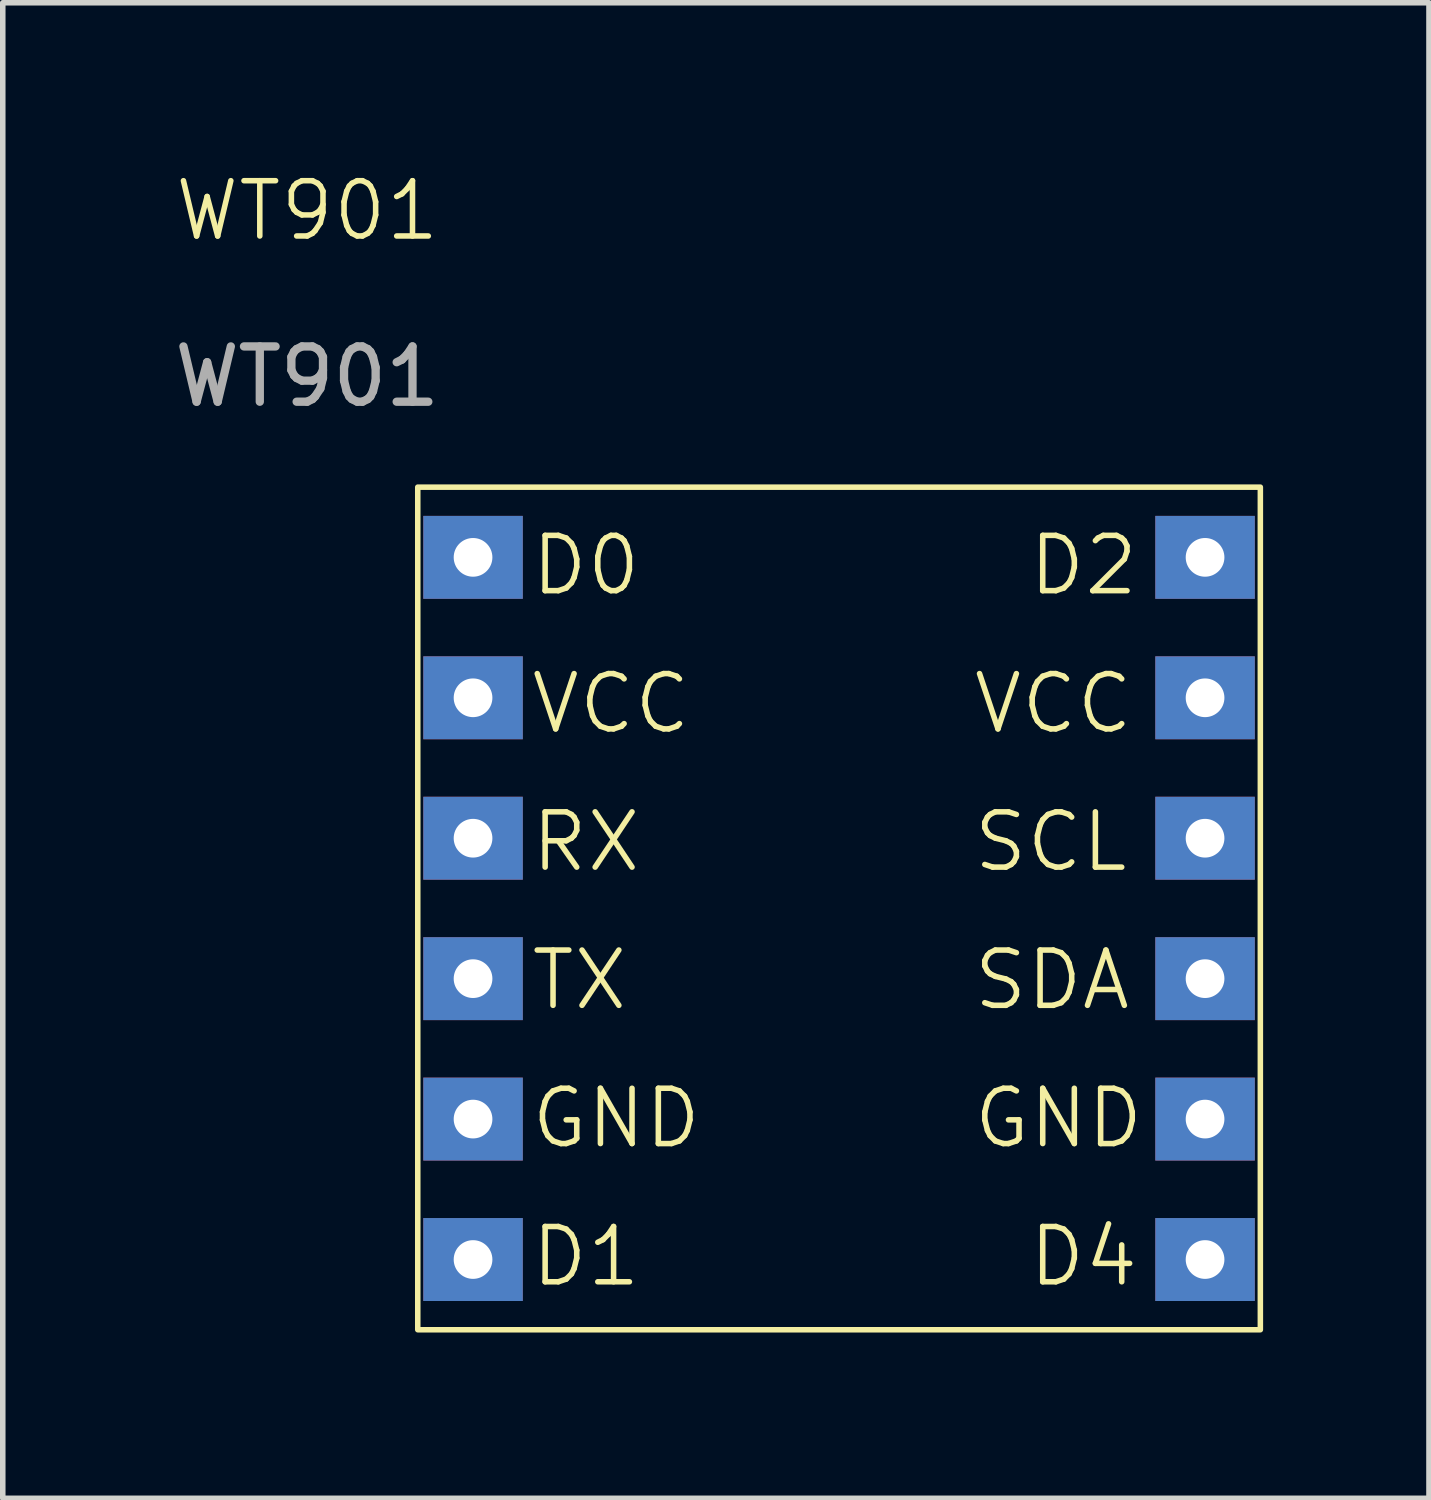
<source format=kicad_pcb>
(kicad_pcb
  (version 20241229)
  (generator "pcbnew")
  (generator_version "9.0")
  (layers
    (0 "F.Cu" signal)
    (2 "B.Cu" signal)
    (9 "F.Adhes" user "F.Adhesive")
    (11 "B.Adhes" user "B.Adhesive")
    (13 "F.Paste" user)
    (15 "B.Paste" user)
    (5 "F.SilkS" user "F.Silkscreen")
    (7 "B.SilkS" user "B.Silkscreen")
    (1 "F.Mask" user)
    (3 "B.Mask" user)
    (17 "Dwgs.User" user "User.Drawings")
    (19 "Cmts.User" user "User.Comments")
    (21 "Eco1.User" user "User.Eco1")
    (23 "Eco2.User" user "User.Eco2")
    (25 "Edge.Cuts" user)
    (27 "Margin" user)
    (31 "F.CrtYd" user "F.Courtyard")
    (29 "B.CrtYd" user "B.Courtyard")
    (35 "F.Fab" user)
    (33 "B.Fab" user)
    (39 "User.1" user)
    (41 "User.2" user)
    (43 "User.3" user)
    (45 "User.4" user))
  (footprint "WT901"
    (layer "F.Cu")
    (at 4.506 5.761)
    (property "Reference" "WT901" (at -2 -5 0) (unlocked yes) (layer "F.SilkS") (effects (font (size 1 1) (thickness 0.1))))
    (attr smd)
    (fp_rect (start 0 0) (end 15.24 15.24) (stroke (width 0.1) (type default)) (fill no) (layer "F.SilkS"))
    (fp_text user "VCC" (at 10 4.5 0) (unlocked yes) (layer "F.SilkS") (effects (font (size 1 1) (thickness 0.1)) (justify left bottom)))
    (fp_text user "SCL" (at 10 7 0) (unlocked yes) (layer "F.SilkS") (effects (font (size 1 1) (thickness 0.1)) (justify left bottom)))
    (fp_text user "GND" (at 2 12 0) (unlocked yes) (layer "F.SilkS") (effects (font (size 1 1) (thickness 0.1)) (justify left bottom)))
    (fp_text user "TX" (at 2 9.5 0) (unlocked yes) (layer "F.SilkS") (effects (font (size 1 1) (thickness 0.1)) (justify left bottom)))
    (fp_text user "D0" (at 2 2 0) (unlocked yes) (layer "F.SilkS") (effects (font (size 1 1) (thickness 0.1)) (justify left bottom)))
    (fp_text user "D4" (at 11 14.5 0) (unlocked yes) (layer "F.SilkS") (effects (font (size 1 1) (thickness 0.1)) (justify left bottom)))
    (fp_text user "VCC" (at 2 4.5 0) (unlocked yes) (layer "F.SilkS") (effects (font (size 1 1) (thickness 0.1)) (justify left bottom)))
    (fp_text user "RX" (at 2 7 0) (unlocked yes) (layer "F.SilkS") (effects (font (size 1 1) (thickness 0.1)) (justify left bottom)))
    (fp_text user "D1" (at 2 14.5 0) (unlocked yes) (layer "F.SilkS") (effects (font (size 1 1) (thickness 0.1)) (justify left bottom)))
    (fp_text user "SDA" (at 10 9.5 0) (unlocked yes) (layer "F.SilkS") (effects (font (size 1 1) (thickness 0.1)) (justify left bottom)))
    (fp_text user "D2" (at 11 2 0) (unlocked yes) (layer "F.SilkS") (effects (font (size 1 1) (thickness 0.1)) (justify left bottom)))
    (fp_text user "GND" (at 10 12 0) (unlocked yes) (layer "F.SilkS") (effects (font (size 1 1) (thickness 0.1)) (justify left bottom)))
    (fp_text user "${REFERENCE}" (at -2 -2 0) (unlocked yes) (layer "F.Fab") (effects (font (size 1 1) (thickness 0.15))))
    (pad "1" thru_hole rect (at 1 1.27) (size 1.8 1.5) (drill 0.7) (layers "*.Cu" "*.Mask"))
    (pad "2" thru_hole rect (at 1 3.81) (size 1.8 1.5) (drill 0.7) (layers "*.Cu" "*.Mask"))
    (pad "3" thru_hole rect (at 1 6.35) (size 1.8 1.5) (drill 0.7) (layers "*.Cu" "*.Mask"))
    (pad "4" thru_hole rect (at 1 8.89) (size 1.8 1.5) (drill 0.7) (layers "*.Cu" "*.Mask"))
    (pad "5" thru_hole rect (at 1 11.43) (size 1.8 1.5) (drill 0.7) (layers "*.Cu" "*.Mask"))
    (pad "6" thru_hole rect (at 1 13.97) (size 1.8 1.5) (drill 0.7) (layers "*.Cu" "*.Mask"))
    (pad "7" thru_hole rect (at 14.24 1.27) (size 1.8 1.5) (drill 0.7) (layers "*.Cu" "*.Mask"))
    (pad "8" thru_hole rect (at 14.24 3.81) (size 1.8 1.5) (drill 0.7) (layers "*.Cu" "*.Mask"))
    (pad "9" thru_hole rect (at 14.24 6.35) (size 1.8 1.5) (drill 0.7) (layers "*.Cu" "*.Mask"))
    (pad "10" thru_hole rect (at 14.24 8.89) (size 1.8 1.5) (drill 0.7) (layers "*.Cu" "*.Mask"))
    (pad "11" thru_hole rect (at 14.24 11.43) (size 1.8 1.5) (drill 0.7) (layers "*.Cu" "*.Mask"))
    (pad "12" thru_hole rect (at 14.24 13.97) (size 1.8 1.5) (drill 0.7) (layers "*.Cu" "*.Mask")))
  (gr_rect
    (start -3 -3)
    (end 22.796 24.05)
    (stroke (width 0.1) (type default))
    (fill no)
    (layer "Edge.Cuts")))
</source>
